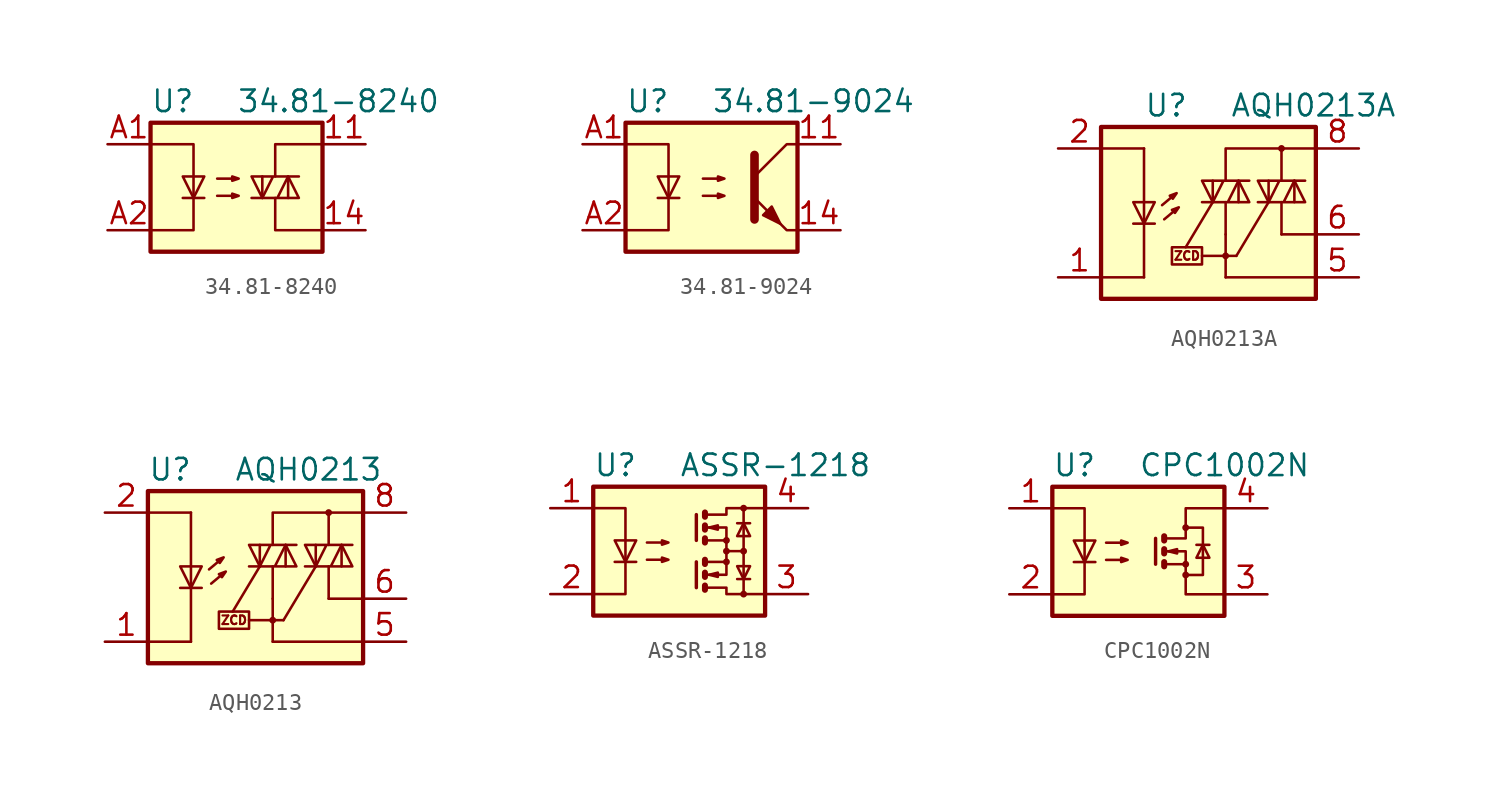
<source format=kicad_sym>
(kicad_symbol_lib
  (version 20201005)
  (generator kicad_symbol_editor)
  (symbol "Relay_SolidState:34.81-8240"
    (property "Reference" "U"
      (at -5.08 5.08 0)
      (effects (font (size 1.27 1.27)) (justify left)))
    (property "Value" "34.81-8240"
      (at 0 5.08 0)
      (effects (font (size 1.27 1.27)) (justify left)))
    (symbol "34.81-8240_0_1"
      (rectangle (start -5.08 3.81) (end 5.08 -3.81) (stroke (width 0.254)) (fill (type background)))
      (polyline (pts (xy -3.175 -0.635) (xy -1.905 -0.635)) (stroke (width 0)) (fill (type none)))
      (polyline (pts (xy 1.524 -0.635) (xy 1.524 0.635)) (stroke (width 0)) (fill (type none)))
      (polyline (pts (xy 3.048 0.635) (xy 3.048 -0.635)) (stroke (width 0)) (fill (type none)))
      (polyline (pts (xy 2.286 -0.635) (xy 2.286 -2.54) (xy 5.08 -2.54)) (stroke (width 0)) (fill (type none)))
      (polyline (pts (xy 2.286 0.635) (xy 2.286 2.54) (xy 5.08 2.54)) (stroke (width 0)) (fill (type none)))
      (polyline (pts (xy -5.08 2.54) (xy -2.54 2.54) (xy -2.54 -2.54) (xy -5.08 -2.54)) (stroke (width 0)) (fill (type none)))
      (polyline (pts (xy -2.54 -0.635) (xy -3.175 0.635) (xy -1.905 0.635) (xy -2.54 -0.635)) (stroke (width 0)) (fill (type none)))
      (polyline (pts (xy 0.889 -0.635) (xy 3.683 -0.635) (xy 3.048 0.635) (xy 2.413 -0.635)) (stroke (width 0)) (fill (type none)))
      (polyline (pts (xy 3.683 0.635) (xy 0.889 0.635) (xy 1.524 -0.635) (xy 2.159 0.635)) (stroke (width 0)) (fill (type none)))
      (polyline (pts (xy -1.143 -0.508) (xy 0.127 -0.508) (xy -0.254 -0.635) (xy -0.254 -0.381) (xy 0.127 -0.508)) (stroke (width 0)) (fill (type none)))
      (polyline (pts (xy -1.143 0.508) (xy 0.127 0.508) (xy -0.254 0.381) (xy -0.254 0.635) (xy 0.127 0.508)) (stroke (width 0)) (fill (type none))))
    (symbol "34.81-8240_1_1"
      (pin passive line (at 7.62 2.54 180) (length 2.54) (name "~" (effects (font (size 1.27 1.27)))) (number "11" (effects (font (size 1.27 1.27)))))
      (pin passive line (at 7.62 -2.54 180) (length 2.54) (name "~" (effects (font (size 1.27 1.27)))) (number "14" (effects (font (size 1.27 1.27)))))
      (pin passive line (at -7.62 2.54 0) (length 2.54) (name "~" (effects (font (size 1.27 1.27)))) (number "A1" (effects (font (size 1.27 1.27)))))
      (pin passive line (at -7.62 -2.54 0) (length 2.54) (name "~" (effects (font (size 1.27 1.27)))) (number "A2" (effects (font (size 1.27 1.27)))))))
  (symbol "Relay_SolidState:34.81-9024"
    (property "Reference" "U"
      (at -5.08 5.08 0)
      (effects (font (size 1.27 1.27)) (justify left)))
    (property "Value" "34.81-9024"
      (at 0 5.08 0)
      (effects (font (size 1.27 1.27)) (justify left)))
    (symbol "34.81-9024_0_1"
      (rectangle (start -5.08 3.81) (end 5.08 -3.81) (stroke (width 0.254)) (fill (type background)))
      (polyline (pts (xy -3.175 -0.635) (xy -1.905 -0.635)) (stroke (width 0)) (fill (type none)))
      (polyline (pts (xy 2.54 1.905) (xy 2.54 -1.905) (xy 2.54 -1.905)) (stroke (width 0.508)) (fill (type none)))
      (polyline (pts (xy -5.08 2.54) (xy -2.54 2.54) (xy -2.54 -2.54) (xy -5.08 -2.54)) (stroke (width 0)) (fill (type none)))
      (polyline (pts (xy -2.54 -0.635) (xy -3.175 0.635) (xy -1.905 0.635) (xy -2.54 -0.635)) (stroke (width 0)) (fill (type none)))
      (polyline (pts (xy -0.508 -0.508) (xy 0.762 -0.508) (xy 0.381 -0.635) (xy 0.381 -0.381) (xy 0.762 -0.508)) (stroke (width 0)) (fill (type none)))
      (polyline (pts (xy -0.508 0.508) (xy 0.762 0.508) (xy 0.381 0.381) (xy 0.381 0.635) (xy 0.762 0.508)) (stroke (width 0)) (fill (type none)))
      (polyline (pts (xy 3.048 -1.651) (xy 3.556 -1.143) (xy 4.064 -2.159) (xy 3.048 -1.651) (xy 3.048 -1.651)) (stroke (width 0)) (fill (type outline)))
      (polyline (pts (xy 5.08 2.54) (xy 4.445 2.54) (xy 2.54 0.635) (xy 2.54 -0.635) (xy 4.445 -2.54) (xy 5.08 -2.54)) (stroke (width 0)) (fill (type none))))
    (symbol "34.81-9024_1_1"
      (pin passive line (at 7.62 2.54 180) (length 2.54) (name "~" (effects (font (size 1.27 1.27)))) (number "11" (effects (font (size 1.27 1.27)))))
      (pin passive line (at 7.62 -2.54 180) (length 2.54) (name "~" (effects (font (size 1.27 1.27)))) (number "14" (effects (font (size 1.27 1.27)))))
      (pin passive line (at -7.62 2.54 0) (length 2.54) (name "~" (effects (font (size 1.27 1.27)))) (number "A1" (effects (font (size 1.27 1.27)))))
      (pin passive line (at -7.62 -2.54 0) (length 2.54) (name "~" (effects (font (size 1.27 1.27)))) (number "A2" (effects (font (size 1.27 1.27)))))))
  (symbol "Relay_SolidState:AQH0213A"
    (property "Reference" "U"
      (at -5.08 5.08 0)
      (effects (font (size 1.27 1.27)) (justify left)))
    (property "Value" "AQH0213A"
      (at 0 5.08 0)
      (effects (font (size 1.27 1.27)) (justify left)))
    (symbol "AQH0213A_0_1"
      (polyline (pts (xy 3.048 -2.54) (xy 5.08 -2.54)) (stroke (width 0)) (fill (type none)))
      (polyline (pts (xy 3.048 -0.635) (xy 3.048 -2.54)) (stroke (width 0)) (fill (type none))))
    (symbol "AQH0213A_1_1"
      (circle (center -0.254 -3.81) (radius 0.127) (stroke (width 0)) (fill (type none)))
      (circle (center 3.048 2.54) (radius 0.127) (stroke (width 0)) (fill (type none)))
      (text "ZCD" (at -2.54 -3.81 0) (effects (font (size 0.508 0.508))))
      (rectangle (start -7.62 3.81) (end 5.08 -6.35) (stroke (width 0.254)) (fill (type background)))
      (rectangle (start -3.429 -3.302) (end -1.651 -4.318) (stroke (width 0)) (fill (type none)))
      (polyline (pts (xy -5.715 -1.905) (xy -4.445 -1.905)) (stroke (width 0)) (fill (type none)))
      (polyline (pts (xy -5.08 -5.08) (xy -7.62 -5.08)) (stroke (width 0)) (fill (type none)))
      (polyline (pts (xy -5.08 -1.905) (xy -5.08 -5.08)) (stroke (width 0)) (fill (type none)))
      (polyline (pts (xy -5.08 -0.635) (xy -5.08 -1.905)) (stroke (width 0)) (fill (type none)))
      (polyline (pts (xy -5.08 -0.635) (xy -5.08 2.54)) (stroke (width 0)) (fill (type none)))
      (polyline (pts (xy -5.08 2.54) (xy -7.493 2.54)) (stroke (width 0)) (fill (type none)))
      (polyline (pts (xy -3.378 -0.279) (xy -4.013 -0.813)) (stroke (width 0)) (fill (type none)))
      (polyline (pts (xy -3.251 -1.118) (xy -3.886 -1.651)) (stroke (width 0)) (fill (type none)))
      (polyline (pts (xy -1.651 -3.81) (xy -0.254 -3.81)) (stroke (width 0)) (fill (type none)))
      (polyline (pts (xy -1.016 -0.635) (xy -2.616 -3.302)) (stroke (width 0)) (fill (type none)))
      (polyline (pts (xy -1.016 -0.635) (xy -1.016 0.635)) (stroke (width 0)) (fill (type none)))
      (polyline (pts (xy -0.254 -3.81) (xy 0.381 -3.81)) (stroke (width 0)) (fill (type none)))
      (polyline (pts (xy -0.254 -2.54) (xy -0.254 -5.08)) (stroke (width 0)) (fill (type none)))
      (polyline (pts (xy -0.254 -2.54) (xy -0.254 -0.635)) (stroke (width 0)) (fill (type none)))
      (polyline (pts (xy 0.381 -3.81) (xy 2.286 -0.635)) (stroke (width 0)) (fill (type none)))
      (polyline (pts (xy 0.508 0.635) (xy 0.508 -0.635)) (stroke (width 0)) (fill (type none)))
      (polyline (pts (xy 2.286 -0.635) (xy 2.286 0.635)) (stroke (width 0)) (fill (type none)))
      (polyline (pts (xy 3.048 2.54) (xy 3.048 0.635)) (stroke (width 0)) (fill (type none)))
      (polyline (pts (xy 3.81 0.635) (xy 3.81 -0.635)) (stroke (width 0)) (fill (type none)))
      (polyline (pts (xy 5.08 -5.08) (xy -0.254 -5.08)) (stroke (width 0)) (fill (type none)))
      (polyline (pts (xy 5.08 2.54) (xy 3.048 2.54)) (stroke (width 0)) (fill (type none)))
      (polyline (pts (xy 3.048 2.54) (xy -0.254 2.54) (xy -0.254 0.635)) (stroke (width 0)) (fill (type none)))
      (polyline (pts (xy -5.08 -1.905) (xy -5.715 -0.635) (xy -4.445 -0.635) (xy -5.08 -1.905)) (stroke (width 0)) (fill (type none)))
      (polyline (pts (xy -3.556 -0.254) (xy -3.378 -0.432) (xy -3.15 -0.102) (xy -3.556 -0.254)) (stroke (width 0)) (fill (type none)))
      (polyline (pts (xy -3.429 -1.092) (xy -3.251 -1.27) (xy -3.023 -0.94) (xy -3.429 -1.092)) (stroke (width 0)) (fill (type none)))
      (polyline (pts (xy -1.651 -0.635) (xy 1.143 -0.635) (xy 0.508 0.635) (xy -0.127 -0.635)) (stroke (width 0)) (fill (type none)))
      (polyline (pts (xy 1.143 0.635) (xy -1.651 0.635) (xy -1.016 -0.635) (xy -0.381 0.635)) (stroke (width 0)) (fill (type none)))
      (polyline (pts (xy 1.651 -0.635) (xy 4.445 -0.635) (xy 3.81 0.635) (xy 3.175 -0.635)) (stroke (width 0)) (fill (type none)))
      (polyline (pts (xy 4.445 0.635) (xy 1.651 0.635) (xy 2.286 -0.635) (xy 2.921 0.635)) (stroke (width 0)) (fill (type none)))
      (pin passive line (at -10.16 -5.08 0) (length 2.54) (name "~" (effects (font (size 1.27 1.27)))) (number "1" (effects (font (size 1.27 1.27)))))
      (pin passive line (at -10.16 2.54 0) (length 2.54) (name "~" (effects (font (size 1.27 1.27)))) (number "2" (effects (font (size 1.27 1.27)))))
      (pin passive line (at -10.16 -5.08 0) (length 2.54) hide (name "~" (effects (font (size 1.27 1.27)))) (number "3" (effects (font (size 1.27 1.27)))))
      (pin passive line (at -10.16 -5.08 0) (length 2.54) hide (name "~" (effects (font (size 1.27 1.27)))) (number "4" (effects (font (size 1.27 1.27)))))
      (pin passive line (at 7.62 -5.08 180) (length 2.54) (name "~" (effects (font (size 1.27 1.27)))) (number "5" (effects (font (size 1.27 1.27)))))
      (pin passive line (at 7.62 -2.54 180) (length 2.54) (name "~" (effects (font (size 1.27 1.27)))) (number "6" (effects (font (size 1.27 1.27)))))
      (pin passive line (at 7.62 2.54 180) (length 2.54) (name "~" (effects (font (size 1.27 1.27)))) (number "8" (effects (font (size 1.27 1.27)))))))
  (symbol "Relay_SolidState:AQH0213"
    (property "Reference" "U"
      (at -7.62 5.08 0)
      (effects (font (size 1.27 1.27)) (justify left)))
    (property "Value" "AQH0213"
      (at -2.54 5.08 0)
      (effects (font (size 1.27 1.27)) (justify left)))
    (symbol "AQH0213_0_0"
      (text "ZCD" (at -2.54 -3.81 0) (effects (font (size 0.508 0.508))))
      (rectangle (start -3.429 -3.302) (end -1.651 -4.318) (stroke (width 0)) (fill (type none))))
    (symbol "AQH0213_0_1"
      (rectangle (start -7.62 3.81) (end 5.08 -6.35) (stroke (width 0.254)) (fill (type background)))
      (polyline (pts (xy -5.715 -1.905) (xy -4.445 -1.905)) (stroke (width 0)) (fill (type none)))
      (polyline (pts (xy -5.08 -5.08) (xy -7.62 -5.08)) (stroke (width 0)) (fill (type none)))
      (polyline (pts (xy -5.08 -1.905) (xy -5.08 -5.08)) (stroke (width 0)) (fill (type none)))
      (polyline (pts (xy -5.08 -0.635) (xy -5.08 -1.905)) (stroke (width 0)) (fill (type none)))
      (polyline (pts (xy -5.08 -0.635) (xy -5.08 2.54)) (stroke (width 0)) (fill (type none)))
      (polyline (pts (xy -5.08 2.54) (xy -7.493 2.54)) (stroke (width 0)) (fill (type none)))
      (polyline (pts (xy -3.251 -1.118) (xy -3.886 -1.651)) (stroke (width 0)) (fill (type none)))
      (polyline (pts (xy -1.651 -3.81) (xy -0.254 -3.81)) (stroke (width 0)) (fill (type none)))
      (polyline (pts (xy -1.016 -0.635) (xy -2.616 -3.302)) (stroke (width 0)) (fill (type none)))
      (polyline (pts (xy -1.016 -0.635) (xy -1.016 0.635)) (stroke (width 0)) (fill (type none)))
      (polyline (pts (xy -0.254 -3.81) (xy 0.381 -3.81)) (stroke (width 0)) (fill (type none)))
      (polyline (pts (xy -0.254 -2.54) (xy -0.254 -5.08)) (stroke (width 0)) (fill (type none)))
      (polyline (pts (xy -0.254 -2.54) (xy -0.254 -0.635)) (stroke (width 0)) (fill (type none)))
      (polyline (pts (xy 0.381 -3.81) (xy 2.286 -0.635)) (stroke (width 0)) (fill (type none)))
      (polyline (pts (xy 0.508 0.635) (xy 0.508 -0.635)) (stroke (width 0)) (fill (type none)))
      (polyline (pts (xy 3.048 -2.54) (xy 5.08 -2.54)) (stroke (width 0)) (fill (type none)))
      (polyline (pts (xy 3.048 -0.635) (xy 3.048 -2.54)) (stroke (width 0)) (fill (type none)))
      (polyline (pts (xy 3.048 2.54) (xy 3.048 0.635)) (stroke (width 0)) (fill (type none)))
      (polyline (pts (xy 5.08 -5.08) (xy -0.254 -5.08)) (stroke (width 0)) (fill (type none)))
      (polyline (pts (xy 5.08 2.54) (xy 3.048 2.54)) (stroke (width 0)) (fill (type none)))
      (polyline (pts (xy 3.048 2.54) (xy -0.254 2.54) (xy -0.254 0.635)) (stroke (width 0)) (fill (type none)))
      (polyline (pts (xy -5.08 -1.905) (xy -5.715 -0.635) (xy -4.445 -0.635) (xy -5.08 -1.905)) (stroke (width 0)) (fill (type none)))
      (polyline (pts (xy -3.429 -1.092) (xy -3.251 -1.27) (xy -3.023 -0.94) (xy -3.429 -1.092)) (stroke (width 0)) (fill (type none)))
      (polyline (pts (xy -1.651 -0.635) (xy 1.143 -0.635) (xy 0.508 0.635) (xy -0.127 -0.635)) (stroke (width 0)) (fill (type none)))
      (polyline (pts (xy 1.143 0.635) (xy -1.651 0.635) (xy -1.016 -0.635) (xy -0.381 0.635)) (stroke (width 0)) (fill (type none))))
    (symbol "AQH0213_1_1"
      (circle (center -0.254 -3.81) (radius 0.127) (stroke (width 0)) (fill (type none)))
      (circle (center 3.048 2.54) (radius 0.127) (stroke (width 0)) (fill (type none)))
      (polyline (pts (xy -3.378 -0.279) (xy -4.013 -0.813)) (stroke (width 0)) (fill (type none)))
      (polyline (pts (xy 2.286 -0.635) (xy 2.286 0.635)) (stroke (width 0)) (fill (type none)))
      (polyline (pts (xy 3.81 0.635) (xy 3.81 -0.635)) (stroke (width 0)) (fill (type none)))
      (polyline (pts (xy -3.556 -0.254) (xy -3.378 -0.432) (xy -3.15 -0.102) (xy -3.556 -0.254)) (stroke (width 0)) (fill (type none)))
      (polyline (pts (xy 1.651 -0.635) (xy 4.445 -0.635) (xy 3.81 0.635) (xy 3.175 -0.635)) (stroke (width 0)) (fill (type none)))
      (polyline (pts (xy 4.445 0.635) (xy 1.651 0.635) (xy 2.286 -0.635) (xy 2.921 0.635)) (stroke (width 0)) (fill (type none)))
      (pin passive line (at -10.16 -5.08 0) (length 2.54) (name "~" (effects (font (size 1.27 1.27)))) (number "1" (effects (font (size 1.27 1.27)))))
      (pin passive line (at -10.16 2.54 0) (length 2.54) (name "~" (effects (font (size 1.27 1.27)))) (number "2" (effects (font (size 1.27 1.27)))))
      (pin passive line (at -10.16 -5.08 0) (length 2.54) hide (name "~" (effects (font (size 1.27 1.27)))) (number "3" (effects (font (size 1.27 1.27)))))
      (pin passive line (at -10.16 -5.08 0) (length 2.54) hide (name "~" (effects (font (size 1.27 1.27)))) (number "4" (effects (font (size 1.27 1.27)))))
      (pin passive line (at 7.62 -5.08 180) (length 2.54) (name "~" (effects (font (size 1.27 1.27)))) (number "5" (effects (font (size 1.27 1.27)))))
      (pin passive line (at 7.62 -2.54 180) (length 2.54) (name "~" (effects (font (size 1.27 1.27)))) (number "6" (effects (font (size 1.27 1.27)))))
      (pin passive line (at 7.62 2.54 180) (length 2.54) (name "~" (effects (font (size 1.27 1.27)))) (number "8" (effects (font (size 1.27 1.27)))))))
  (symbol "Relay_SolidState:ASSR-1218"
    (property "Reference" "U"
      (at -5.08 5.08 0)
      (effects (font (size 1.27 1.27)) (justify left)))
    (property "Value" "ASSR-1218"
      (at 0 5.08 0)
      (effects (font (size 1.27 1.27)) (justify left)))
    (symbol "ASSR-1218_0_1"
      (circle (center 2.794 -0.635) (radius 0.127) (stroke (width 0)) (fill (type none)))
      (circle (center 2.794 0) (radius 0.127) (stroke (width 0)) (fill (type none)))
      (circle (center 2.794 0.635) (radius 0.127) (stroke (width 0)) (fill (type none)))
      (circle (center 3.81 -2.54) (radius 0.127) (stroke (width 0)) (fill (type none)))
      (circle (center 3.81 0) (radius 0.127) (stroke (width 0)) (fill (type none)))
      (circle (center 3.81 2.54) (radius 0.127) (stroke (width 0)) (fill (type none)))
      (rectangle (start -5.08 3.81) (end 5.08 -3.81) (stroke (width 0.254)) (fill (type background)))
      (polyline (pts (xy -3.81 -0.635) (xy -2.54 -0.635)) (stroke (width 0)) (fill (type none)))
      (polyline (pts (xy 1.016 -0.635) (xy 1.016 -2.159)) (stroke (width 0.203)) (fill (type none)))
      (polyline (pts (xy 1.016 2.159) (xy 1.016 0.635)) (stroke (width 0.203)) (fill (type none)))
      (polyline (pts (xy 1.524 -0.508) (xy 1.524 -0.762)) (stroke (width 0.356)) (fill (type none)))
      (polyline (pts (xy 2.794 0) (xy 3.81 0)) (stroke (width 0)) (fill (type none)))
      (polyline (pts (xy 3.429 -1.651) (xy 4.191 -1.651)) (stroke (width 0)) (fill (type none)))
      (polyline (pts (xy 3.429 1.651) (xy 4.191 1.651)) (stroke (width 0)) (fill (type none)))
      (polyline (pts (xy 3.81 -2.54) (xy 3.81 2.54)) (stroke (width 0)) (fill (type none)))
      (polyline (pts (xy 1.524 -2.032) (xy 1.524 -2.286) (xy 1.524 -2.286)) (stroke (width 0.356)) (fill (type none)))
      (polyline (pts (xy 1.524 -1.27) (xy 1.524 -1.524) (xy 1.524 -1.524)) (stroke (width 0.356)) (fill (type none)))
      (polyline (pts (xy 1.524 0.762) (xy 1.524 0.508) (xy 1.524 0.508)) (stroke (width 0.356)) (fill (type none)))
      (polyline (pts (xy 1.524 1.524) (xy 1.524 1.27) (xy 1.524 1.27)) (stroke (width 0.356)) (fill (type none)))
      (polyline (pts (xy 1.524 2.286) (xy 1.524 2.032) (xy 1.524 2.032)) (stroke (width 0.356)) (fill (type none)))
      (polyline (pts (xy 1.651 -1.397) (xy 2.794 -1.397) (xy 2.794 -0.635)) (stroke (width 0)) (fill (type none)))
      (polyline (pts (xy 1.651 1.397) (xy 2.794 1.397) (xy 2.794 0.635)) (stroke (width 0)) (fill (type none)))
      (polyline (pts (xy -5.08 2.54) (xy -3.175 2.54) (xy -3.175 -2.54) (xy -5.08 -2.54)) (stroke (width 0)) (fill (type none)))
      (polyline (pts (xy -3.175 -0.635) (xy -3.81 0.635) (xy -2.54 0.635) (xy -3.175 -0.635)) (stroke (width 0)) (fill (type none)))
      (polyline (pts (xy 1.651 -2.159) (xy 2.794 -2.159) (xy 2.794 -2.54) (xy 5.08 -2.54)) (stroke (width 0)) (fill (type none)))
      (polyline (pts (xy 1.651 -0.635) (xy 2.794 -0.635) (xy 2.794 0.635) (xy 1.651 0.635)) (stroke (width 0)) (fill (type none)))
      (polyline (pts (xy 1.651 2.159) (xy 2.794 2.159) (xy 2.794 2.54) (xy 5.08 2.54)) (stroke (width 0)) (fill (type none)))
      (polyline (pts (xy 1.778 -1.397) (xy 2.286 -1.27) (xy 2.286 -1.524) (xy 1.778 -1.397)) (stroke (width 0)) (fill (type none)))
      (polyline (pts (xy 1.778 1.397) (xy 2.286 1.524) (xy 2.286 1.27) (xy 1.778 1.397)) (stroke (width 0)) (fill (type none)))
      (polyline (pts (xy 3.81 -1.651) (xy 3.429 -0.889) (xy 4.191 -0.889) (xy 3.81 -1.651)) (stroke (width 0)) (fill (type none)))
      (polyline (pts (xy 3.81 1.651) (xy 3.429 0.889) (xy 4.191 0.889) (xy 3.81 1.651)) (stroke (width 0)) (fill (type none)))
      (polyline (pts (xy -1.905 -0.508) (xy -0.635 -0.508) (xy -1.016 -0.635) (xy -1.016 -0.381) (xy -0.635 -0.508)) (stroke (width 0)) (fill (type none)))
      (polyline (pts (xy -1.905 0.508) (xy -0.635 0.508) (xy -1.016 0.381) (xy -1.016 0.635) (xy -0.635 0.508)) (stroke (width 0)) (fill (type none))))
    (symbol "ASSR-1218_1_1"
      (pin passive line (at -7.62 2.54 0) (length 2.54) (name "~" (effects (font (size 1.27 1.27)))) (number "1" (effects (font (size 1.27 1.27)))))
      (pin passive line (at -7.62 -2.54 0) (length 2.54) (name "~" (effects (font (size 1.27 1.27)))) (number "2" (effects (font (size 1.27 1.27)))))
      (pin passive line (at 7.62 -2.54 180) (length 2.54) (name "~" (effects (font (size 1.27 1.27)))) (number "3" (effects (font (size 1.27 1.27)))))
      (pin passive line (at 7.62 2.54 180) (length 2.54) (name "~" (effects (font (size 1.27 1.27)))) (number "4" (effects (font (size 1.27 1.27)))))))
  (symbol "Relay_SolidState:CPC1002N"
    (property "Reference" "U"
      (at -5.08 5.08 0)
      (effects (font (size 1.27 1.27)) (justify left)))
    (property "Value" "CPC1002N"
      (at 0 5.08 0)
      (effects (font (size 1.27 1.27)) (justify left)))
    (symbol "CPC1002N_0_1"
      (circle (center 2.794 -1.397) (radius 0.127) (stroke (width 0)) (fill (type none)))
      (circle (center 2.794 -0.762) (radius 0.127) (stroke (width 0)) (fill (type none)))
      (circle (center 2.794 1.397) (radius 0.127) (stroke (width 0)) (fill (type none)))
      (rectangle (start -5.08 3.81) (end 5.08 -3.81) (stroke (width 0.254)) (fill (type background)))
      (polyline (pts (xy -3.81 -0.635) (xy -2.54 -0.635)) (stroke (width 0)) (fill (type none)))
      (polyline (pts (xy 1.016 0.762) (xy 1.016 -0.762)) (stroke (width 0.203)) (fill (type none)))
      (polyline (pts (xy 1.524 -0.762) (xy 2.794 -0.762)) (stroke (width 0)) (fill (type none)))
      (polyline (pts (xy 3.429 0.381) (xy 4.191 0.381)) (stroke (width 0)) (fill (type none)))
      (polyline (pts (xy 1.524 -0.635) (xy 1.524 -0.889) (xy 1.524 -0.889)) (stroke (width 0.356)) (fill (type none)))
      (polyline (pts (xy 1.524 0.127) (xy 1.524 -0.127) (xy 1.524 -0.127)) (stroke (width 0.356)) (fill (type none)))
      (polyline (pts (xy 1.524 0.889) (xy 1.524 0.635) (xy 1.524 0.635)) (stroke (width 0.356)) (fill (type none)))
      (polyline (pts (xy -5.08 2.54) (xy -3.175 2.54) (xy -3.175 -2.54) (xy -5.08 -2.54)) (stroke (width 0)) (fill (type none)))
      (polyline (pts (xy -3.175 -0.635) (xy -3.81 0.635) (xy -2.54 0.635) (xy -3.175 -0.635)) (stroke (width 0)) (fill (type none)))
      (polyline (pts (xy 1.524 0) (xy 2.794 0) (xy 2.794 -2.54) (xy 5.08 -2.54)) (stroke (width 0)) (fill (type none)))
      (polyline (pts (xy 1.524 0.762) (xy 2.794 0.762) (xy 2.794 2.54) (xy 5.08 2.54)) (stroke (width 0)) (fill (type none)))
      (polyline (pts (xy 1.778 0) (xy 2.286 0.127) (xy 2.286 -0.127) (xy 1.778 0)) (stroke (width 0)) (fill (type none)))
      (polyline (pts (xy 2.794 -1.397) (xy 3.81 -1.397) (xy 3.81 1.397) (xy 2.794 1.397)) (stroke (width 0)) (fill (type none)))
      (polyline (pts (xy 3.81 0.381) (xy 3.429 -0.381) (xy 4.191 -0.381) (xy 3.81 0.381)) (stroke (width 0)) (fill (type none)))
      (polyline (pts (xy -1.905 -0.508) (xy -0.635 -0.508) (xy -1.016 -0.635) (xy -1.016 -0.381) (xy -0.635 -0.508)) (stroke (width 0)) (fill (type none)))
      (polyline (pts (xy -1.905 0.508) (xy -0.635 0.508) (xy -1.016 0.381) (xy -1.016 0.635) (xy -0.635 0.508)) (stroke (width 0)) (fill (type none))))
    (symbol "CPC1002N_1_1"
      (pin passive line (at -7.62 2.54 0) (length 2.54) (name "~" (effects (font (size 1.27 1.27)))) (number "1" (effects (font (size 1.27 1.27)))))
      (pin passive line (at -7.62 -2.54 0) (length 2.54) (name "~" (effects (font (size 1.27 1.27)))) (number "2" (effects (font (size 1.27 1.27)))))
      (pin passive line (at 7.62 -2.54 180) (length 2.54) (name "~" (effects (font (size 1.27 1.27)))) (number "3" (effects (font (size 1.27 1.27)))))
      (pin passive line (at 7.62 2.54 180) (length 2.54) (name "~" (effects (font (size 1.27 1.27)))) (number "4" (effects (font (size 1.27 1.27))))))))
</source>
